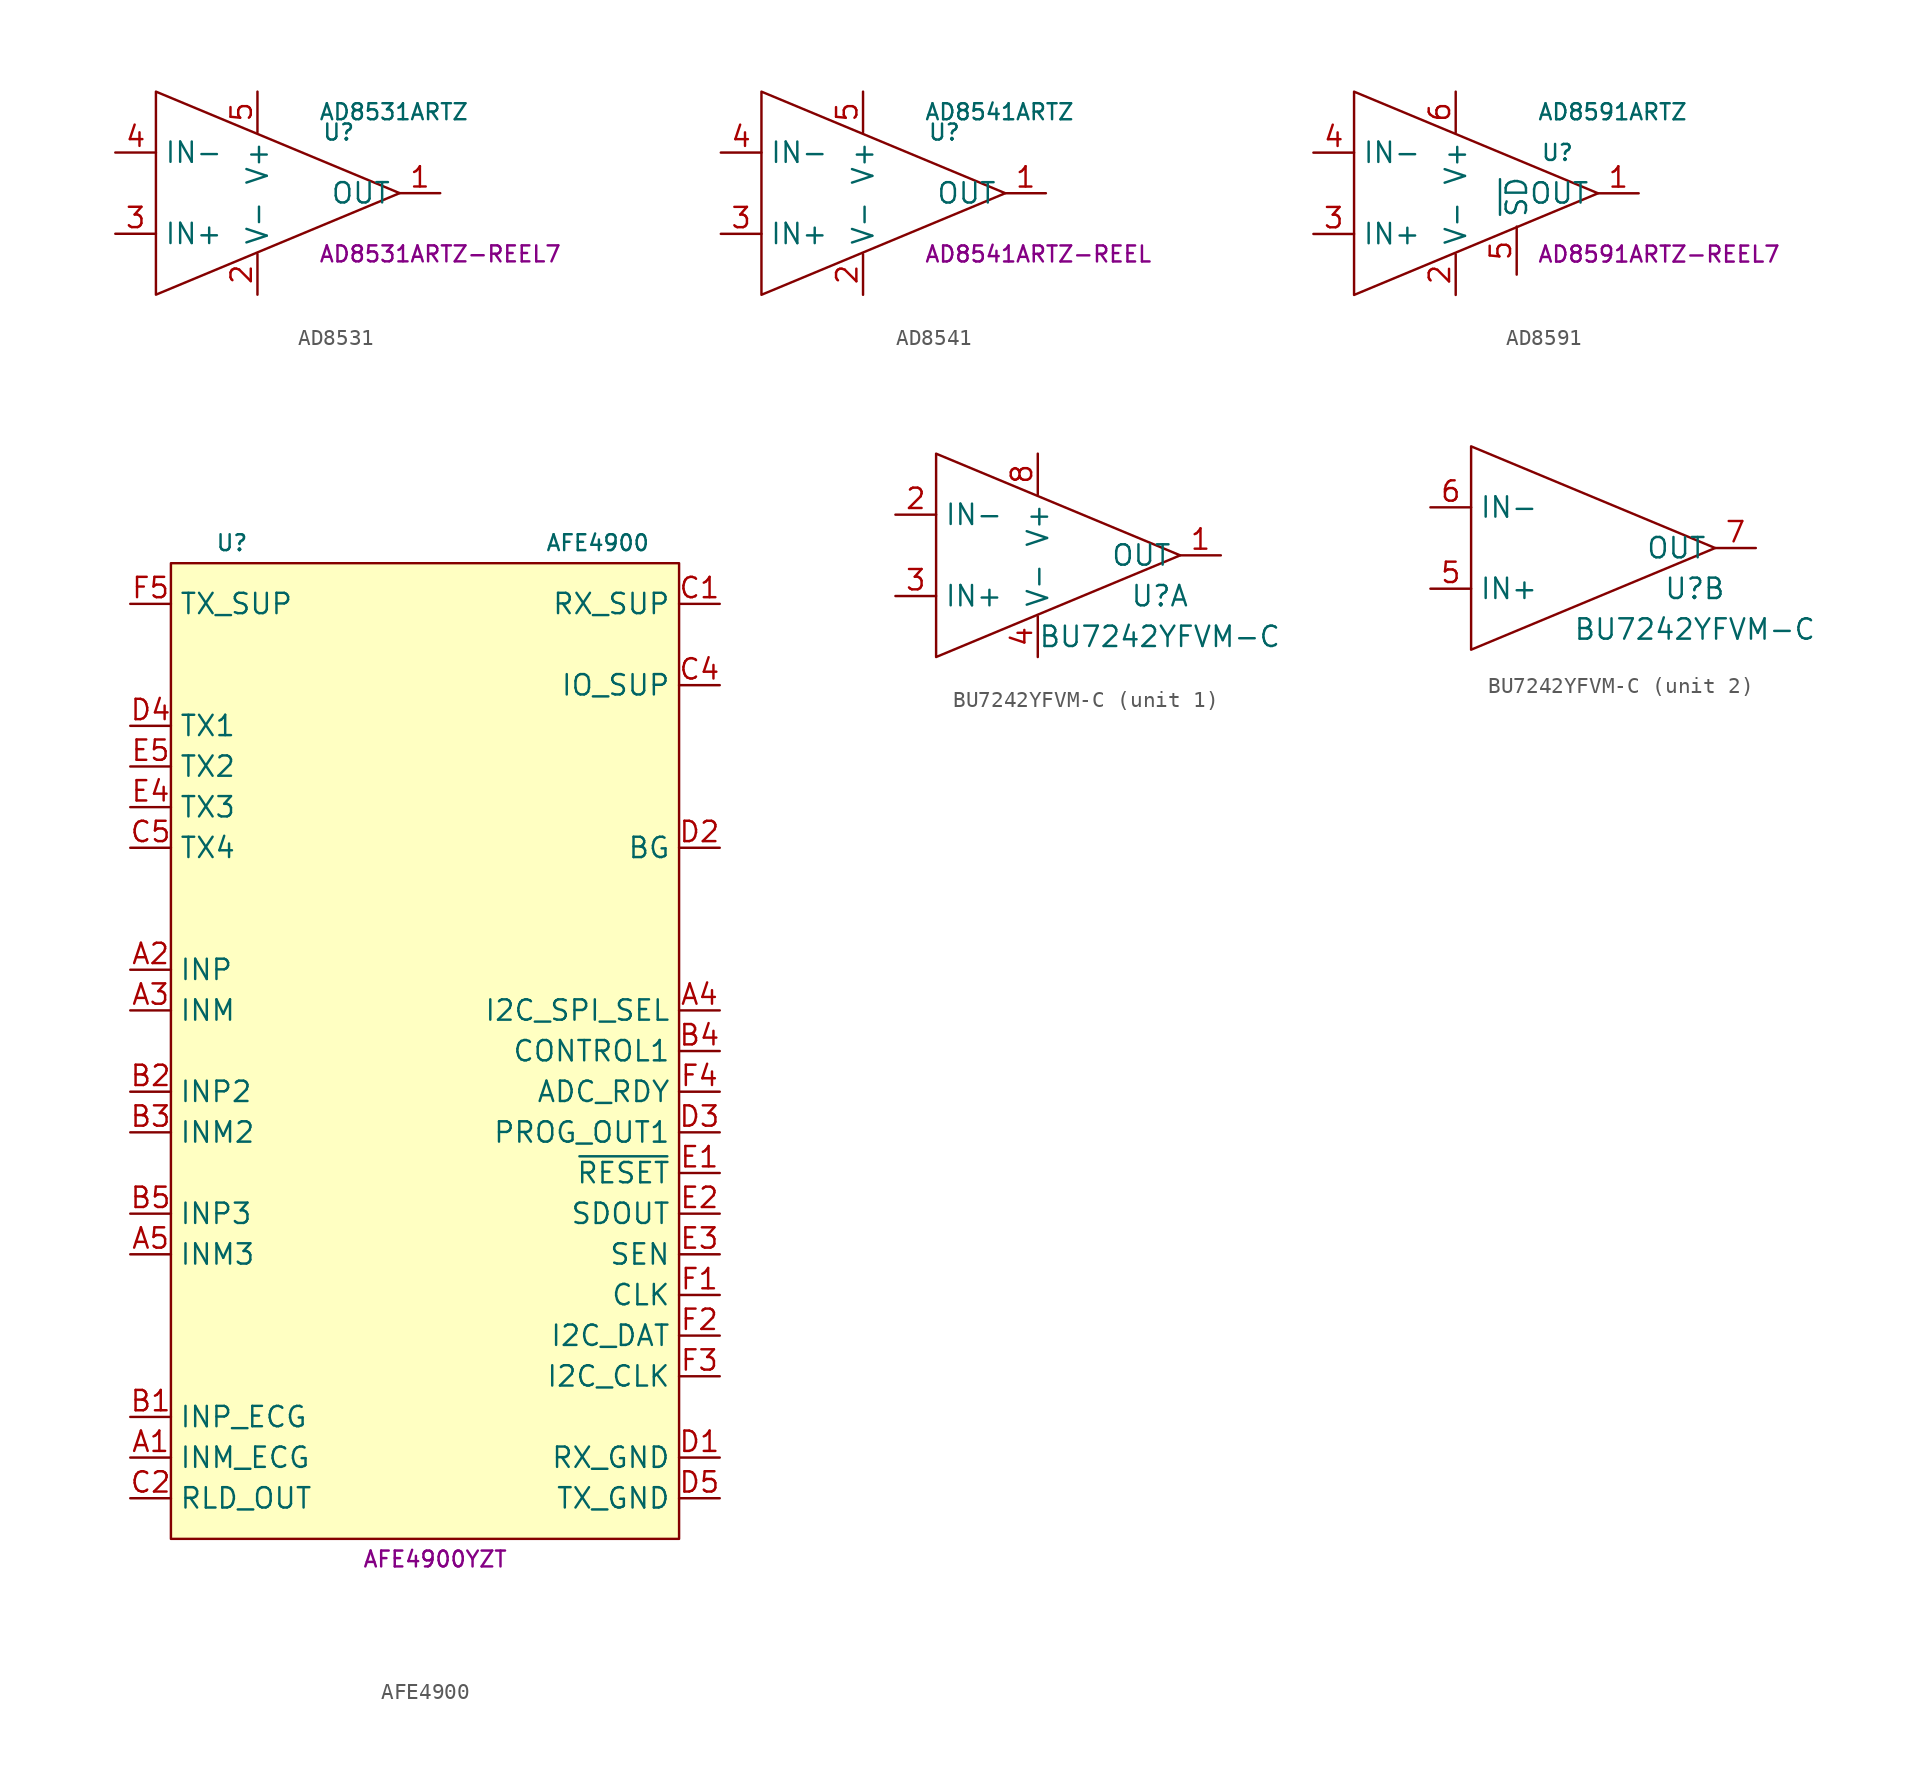
<source format=kicad_sym>
(kicad_symbol_lib
  (version 20231120)
  (generator "kicad_symbol_editor")
  (generator_version "8.0")
  (symbol "AD8531"
    (property "Reference" "U"
      (at 5.08 3.81 0)
      (effects (font (size 1 1))))
    (property "Value" "AD8531ARTZ"
      (at 3.81 5.08 0)
      (effects (font (size 1 1)) (justify left)))
    (property "MPN" "AD8531ARTZ-REEL7"
      (at 3.81 -3.81 0)
      (effects (font (size 1 1)) (justify left)))
    (symbol "AD8531_1_1"
      (polyline (pts (xy -6.35 6.35) (xy -6.35 -6.35) (xy 8.89 0) (xy -6.35 6.35)) (stroke (width 0) (type default)) (fill (type none)))
      (pin output line (at 11.43 0 180) (length 2.54) (name "OUT" (effects (font (size 1.27 1.27)))) (number "1" (effects (font (size 1.27 1.27)))))
      (pin power_in line (at 0 -6.35 90) (length 2.54) (name "V-" (effects (font (size 1.27 1.27)))) (number "2" (effects (font (size 1.27 1.27)))))
      (pin passive line (at -8.89 -2.54 0) (length 2.54) (name "IN+" (effects (font (size 1.27 1.27)))) (number "3" (effects (font (size 1.27 1.27)))))
      (pin passive line (at -8.89 2.54 0) (length 2.54) (name "IN-" (effects (font (size 1.27 1.27)))) (number "4" (effects (font (size 1.27 1.27)))))
      (pin power_in line (at 0 6.35 270) (length 2.54) (name "V+" (effects (font (size 1.27 1.27)))) (number "5" (effects (font (size 1.27 1.27)))))))
  (symbol "AD8541"
    (property "Reference" "U"
      (at 5.08 3.81 0)
      (effects (font (size 1 1))))
    (property "Value" "AD8541ARTZ"
      (at 3.81 5.08 0)
      (effects (font (size 1 1)) (justify left)))
    (property "MPN" "AD8541ARTZ-REEL"
      (at 3.81 -3.81 0)
      (effects (font (size 1 1)) (justify left)))
    (symbol "AD8541_1_1"
      (polyline (pts (xy -6.35 6.35) (xy -6.35 -6.35) (xy 8.89 0) (xy -6.35 6.35)) (stroke (width 0) (type default)) (fill (type none)))
      (pin output line (at 11.43 0 180) (length 2.54) (name "OUT" (effects (font (size 1.27 1.27)))) (number "1" (effects (font (size 1.27 1.27)))))
      (pin power_in line (at 0 -6.35 90) (length 2.54) (name "V-" (effects (font (size 1.27 1.27)))) (number "2" (effects (font (size 1.27 1.27)))))
      (pin passive line (at -8.89 -2.54 0) (length 2.54) (name "IN+" (effects (font (size 1.27 1.27)))) (number "3" (effects (font (size 1.27 1.27)))))
      (pin passive line (at -8.89 2.54 0) (length 2.54) (name "IN-" (effects (font (size 1.27 1.27)))) (number "4" (effects (font (size 1.27 1.27)))))
      (pin power_in line (at 0 6.35 270) (length 2.54) (name "V+" (effects (font (size 1.27 1.27)))) (number "5" (effects (font (size 1.27 1.27)))))))
  (symbol "AD8591"
    (property "Reference" "U"
      (at 6.35 2.54 0)
      (effects (font (size 1 1))))
    (property "Value" "AD8591ARTZ"
      (at 5.08 5.08 0)
      (effects (font (size 1 1)) (justify left)))
    (property "MPN" "AD8591ARTZ-REEL7"
      (at 5.08 -3.81 0)
      (effects (font (size 1 1)) (justify left)))
    (symbol "AD8591_1_1"
      (polyline (pts (xy -6.35 6.35) (xy -6.35 -6.35) (xy 8.89 0) (xy -6.35 6.35)) (stroke (width 0) (type default)) (fill (type none)))
      (pin output line (at 11.43 0 180) (length 2.54) (name "OUT" (effects (font (size 1.27 1.27)))) (number "1" (effects (font (size 1.27 1.27)))))
      (pin power_in line (at 0 -6.35 90) (length 2.54) (name "V-" (effects (font (size 1.27 1.27)))) (number "2" (effects (font (size 1.27 1.27)))))
      (pin passive line (at -8.89 -2.54 0) (length 2.54) (name "IN+" (effects (font (size 1.27 1.27)))) (number "3" (effects (font (size 1.27 1.27)))))
      (pin passive line (at -8.89 2.54 0) (length 2.54) (name "IN-" (effects (font (size 1.27 1.27)))) (number "4" (effects (font (size 1.27 1.27)))))
      (pin input line (at 3.81 -5.08 90) (length 3) (name "~{SD}" (effects (font (size 1.27 1.27)))) (number "5" (effects (font (size 1.27 1.27)))))
      (pin power_in line (at 0 6.35 270) (length 2.54) (name "V+" (effects (font (size 1.27 1.27)))) (number "6" (effects (font (size 1.27 1.27)))))))
  (symbol "AFE4900"
    (property "Reference" "U"
      (at -12.7 31.75 0)
      (effects (font (size 0.991 0.991))))
    (property "Value" "AFE4900"
      (at 10.16 31.75 0)
      (effects (font (size 0.991 0.991))))
    (property "MPN" "AFE4900YZT"
      (at 0 -31.75 0)
      (effects (font (size 0.991 0.991))))
    (symbol "AFE4900_0_1"
      (rectangle (start -16.51 -30.48) (end 15.24 30.48) (stroke (width 0.152) (type default)) (fill (type background))))
    (symbol "AFE4900_1_1"
      (pin passive line (at -19.05 -25.4 0) (length 2.54) (name "INM_ECG" (effects (font (size 1.27 1.27)))) (number "A1" (effects (font (size 1.27 1.27)))))
      (pin passive line (at -19.05 5.08 0) (length 2.54) (name "INP" (effects (font (size 1.27 1.27)))) (number "A2" (effects (font (size 1.27 1.27)))))
      (pin passive line (at -19.05 2.54 0) (length 2.54) (name "INM" (effects (font (size 1.27 1.27)))) (number "A3" (effects (font (size 1.27 1.27)))))
      (pin input line (at 17.78 2.54 180) (length 2.54) (name "I2C_SPI_SEL" (effects (font (size 1.27 1.27)))) (number "A4" (effects (font (size 1.27 1.27)))))
      (pin passive line (at -19.05 -12.7 0) (length 2.54) (name "INM3" (effects (font (size 1.27 1.27)))) (number "A5" (effects (font (size 1.27 1.27)))))
      (pin passive line (at -19.05 -22.86 0) (length 2.54) (name "INP_ECG" (effects (font (size 1.27 1.27)))) (number "B1" (effects (font (size 1.27 1.27)))))
      (pin passive line (at -19.05 -2.54 0) (length 2.54) (name "INP2" (effects (font (size 1.27 1.27)))) (number "B2" (effects (font (size 1.27 1.27)))))
      (pin passive line (at -19.05 -5.08 0) (length 2.54) (name "INM2" (effects (font (size 1.27 1.27)))) (number "B3" (effects (font (size 1.27 1.27)))))
      (pin input line (at 17.78 0 180) (length 2.54) (name "CONTROL1" (effects (font (size 1.27 1.27)))) (number "B4" (effects (font (size 1.27 1.27)))))
      (pin passive line (at -19.05 -10.16 0) (length 2.54) (name "INP3" (effects (font (size 1.27 1.27)))) (number "B5" (effects (font (size 1.27 1.27)))))
      (pin power_in line (at 17.78 27.94 180) (length 2.54) (name "RX_SUP" (effects (font (size 1.27 1.27)))) (number "C1" (effects (font (size 1.27 1.27)))))
      (pin passive line (at -19.05 -27.94 0) (length 2.54) (name "RLD_OUT" (effects (font (size 1.27 1.27)))) (number "C2" (effects (font (size 1.27 1.27)))))
      (pin power_in line (at 17.78 22.86 180) (length 2.54) (name "IO_SUP" (effects (font (size 1.27 1.27)))) (number "C4" (effects (font (size 1.27 1.27)))))
      (pin output line (at -19.05 12.7 0) (length 2.54) (name "TX4" (effects (font (size 1.27 1.27)))) (number "C5" (effects (font (size 1.27 1.27)))))
      (pin power_in line (at 17.78 -25.4 180) (length 2.54) (name "RX_GND" (effects (font (size 1.27 1.27)))) (number "D1" (effects (font (size 1.27 1.27)))))
      (pin passive line (at 17.78 12.7 180) (length 2.54) (name "BG" (effects (font (size 1.27 1.27)))) (number "D2" (effects (font (size 1.27 1.27)))))
      (pin output line (at 17.78 -5.08 180) (length 2.54) (name "PROG_OUT1" (effects (font (size 1.27 1.27)))) (number "D3" (effects (font (size 1.27 1.27)))))
      (pin output line (at -19.05 20.32 0) (length 2.54) (name "TX1" (effects (font (size 1.27 1.27)))) (number "D4" (effects (font (size 1.27 1.27)))))
      (pin power_in line (at 17.78 -27.94 180) (length 2.54) (name "TX_GND" (effects (font (size 1.27 1.27)))) (number "D5" (effects (font (size 1.27 1.27)))))
      (pin input line (at 17.78 -7.62 180) (length 2.54) (name "~{RESET}" (effects (font (size 1.27 1.27)))) (number "E1" (effects (font (size 1.27 1.27)))))
      (pin output line (at 17.78 -10.16 180) (length 2.54) (name "SDOUT" (effects (font (size 1.27 1.27)))) (number "E2" (effects (font (size 1.27 1.27)))))
      (pin input line (at 17.78 -12.7 180) (length 2.54) (name "SEN" (effects (font (size 1.27 1.27)))) (number "E3" (effects (font (size 1.27 1.27)))))
      (pin output line (at -19.05 15.24 0) (length 2.54) (name "TX3" (effects (font (size 1.27 1.27)))) (number "E4" (effects (font (size 1.27 1.27)))))
      (pin output line (at -19.05 17.78 0) (length 2.54) (name "TX2" (effects (font (size 1.27 1.27)))) (number "E5" (effects (font (size 1.27 1.27)))))
      (pin input line (at 17.78 -15.24 180) (length 2.54) (name "CLK" (effects (font (size 1.27 1.27)))) (number "F1" (effects (font (size 1.27 1.27)))))
      (pin bidirectional line (at 17.78 -17.78 180) (length 2.54) (name "I2C_DAT" (effects (font (size 1.27 1.27)))) (number "F2" (effects (font (size 1.27 1.27)))))
      (pin input line (at 17.78 -20.32 180) (length 2.54) (name "I2C_CLK" (effects (font (size 1.27 1.27)))) (number "F3" (effects (font (size 1.27 1.27)))))
      (pin output line (at 17.78 -2.54 180) (length 2.54) (name "ADC_RDY" (effects (font (size 1.27 1.27)))) (number "F4" (effects (font (size 1.27 1.27)))))
      (pin power_in line (at -19.05 27.94 0) (length 2.54) (name "TX_SUP" (effects (font (size 1.27 1.27)))) (number "F5" (effects (font (size 1.27 1.27)))))))
  (symbol "BU7242YFVM-C"
    (property "Reference" "U"
      (at 7.62 -2.54 0)
      (effects (font (size 1.27 1.27))))
    (property "Value" "BU7242YFVM-C"
      (at 7.62 -5.08 0)
      (effects (font (size 1.27 1.27))))
    (property "ki_locked" ""
      (at 0 0 0)
      (effects (font (size 1.27 1.27))))
    (symbol "BU7242YFVM-C_1_1"
      (polyline (pts (xy -6.35 6.35) (xy -6.35 -6.35) (xy 8.89 0) (xy -6.35 6.35)) (stroke (width 0) (type default)) (fill (type none)))
      (pin output line (at 11.43 0 180) (length 2.54) (name "OUT" (effects (font (size 1.27 1.27)))) (number "1" (effects (font (size 1.27 1.27)))))
      (pin passive line (at -8.89 2.54 0) (length 2.54) (name "IN-" (effects (font (size 1.27 1.27)))) (number "2" (effects (font (size 1.27 1.27)))))
      (pin passive line (at -8.89 -2.54 0) (length 2.54) (name "IN+" (effects (font (size 1.27 1.27)))) (number "3" (effects (font (size 1.27 1.27)))))
      (pin power_in line (at 0 -6.35 90) (length 2.54) (name "V-" (effects (font (size 1.27 1.27)))) (number "4" (effects (font (size 1.27 1.27)))))
      (pin power_in line (at 0 6.35 270) (length 2.54) (name "V+" (effects (font (size 1.27 1.27)))) (number "8" (effects (font (size 1.27 1.27))))))
    (symbol "BU7242YFVM-C_2_1"
      (polyline (pts (xy -6.35 6.35) (xy -6.35 -6.35) (xy 8.89 0) (xy -6.35 6.35)) (stroke (width 0) (type default)) (fill (type none)))
      (pin passive line (at -8.89 -2.54 0) (length 2.54) (name "IN+" (effects (font (size 1.27 1.27)))) (number "5" (effects (font (size 1.27 1.27)))))
      (pin passive line (at -8.89 2.54 0) (length 2.54) (name "IN-" (effects (font (size 1.27 1.27)))) (number "6" (effects (font (size 1.27 1.27)))))
      (pin output line (at 11.43 0 180) (length 2.54) (name "OUT" (effects (font (size 1.27 1.27)))) (number "7" (effects (font (size 1.27 1.27))))))))
</source>
